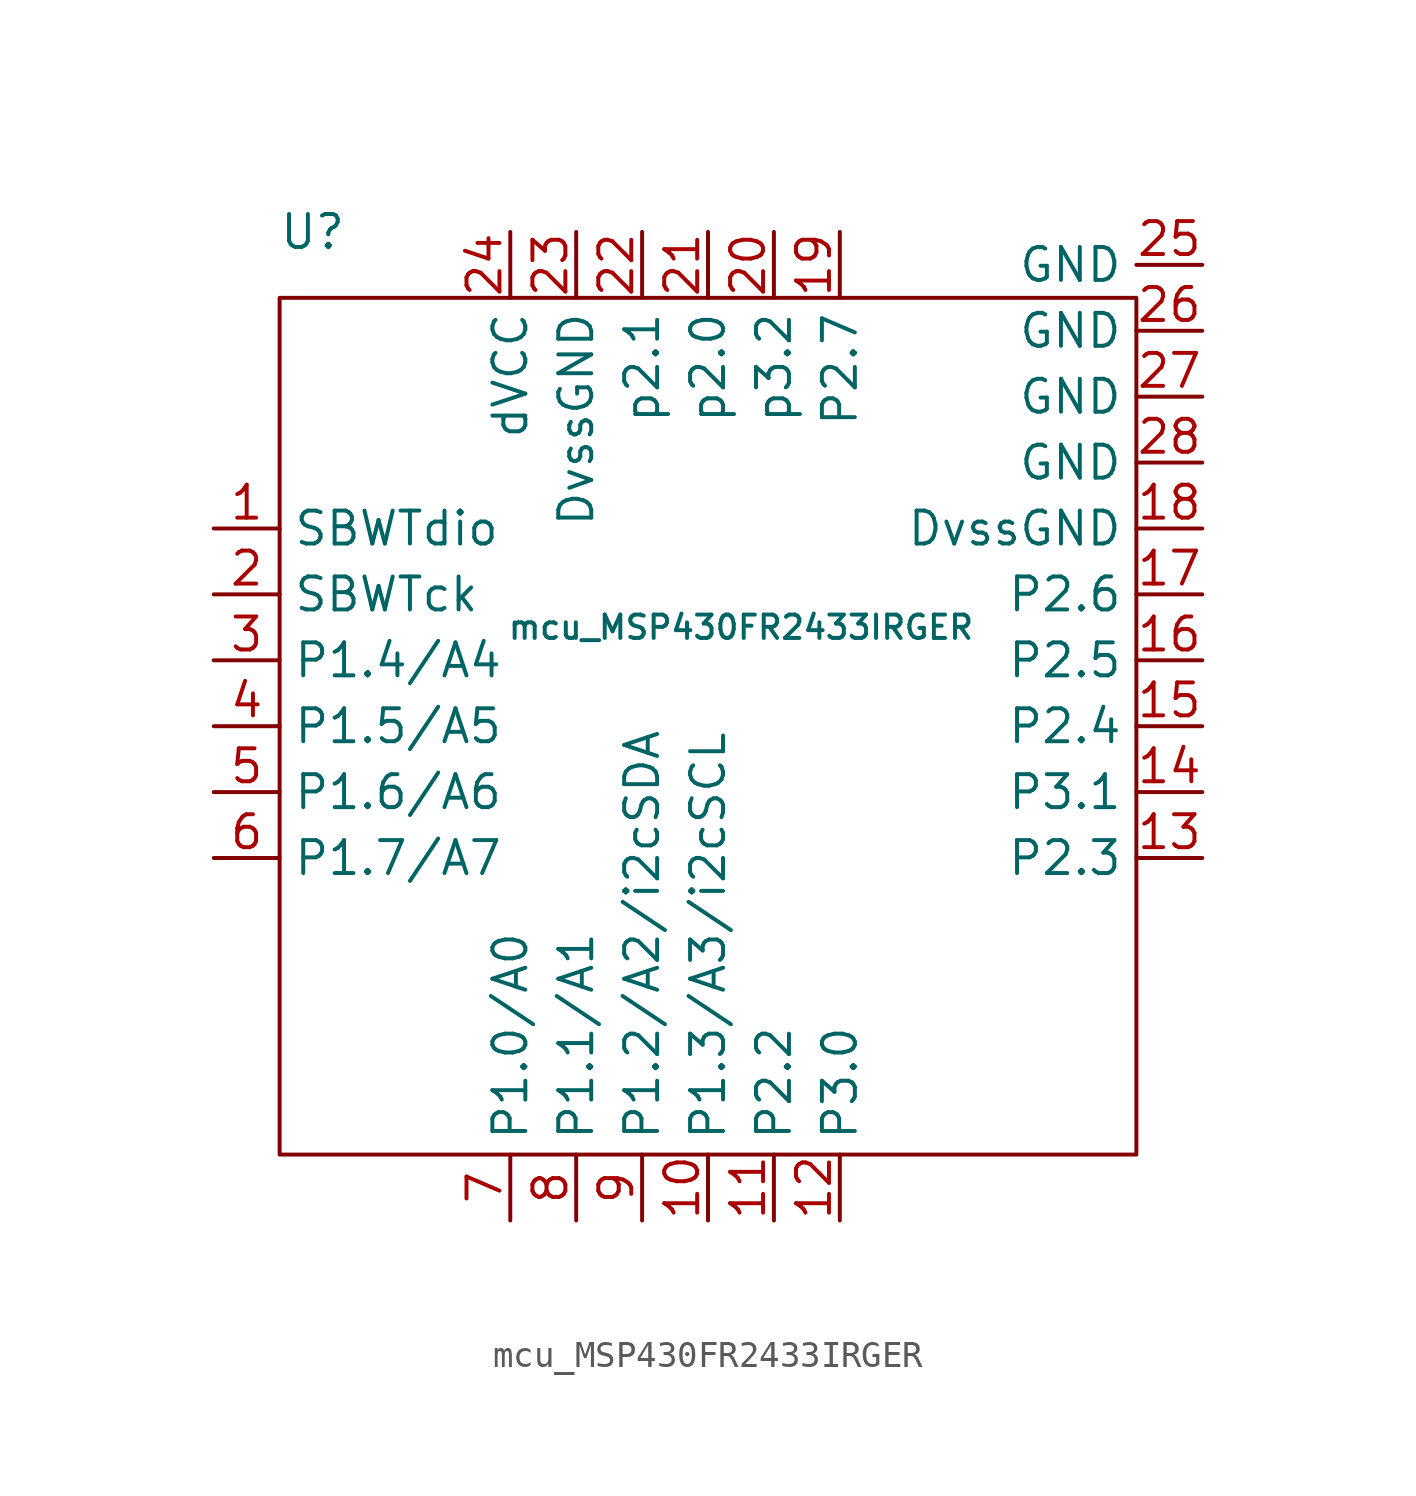
<source format=kicad_sym>
(kicad_symbol_lib
  (version 20211014)
  (generator kicad_symbol_editor)
  (symbol "mcu_MSP430FR2433IRGER"
    (property "Reference" "U"
      (at -7.62 11.43 0)
      (effects (font (size 1.27 1.27))))
    (property "Value" "mcu_MSP430FR2433IRGER"
      (at 8.89 -3.81 0)
      (effects (font (size 0.9 0.9))))
    (symbol "mcu_MSP430FR2433IRGER_0_0"
      (pin input line (at -11.43 0 0) (length 2.54) (name "SBWTdio" (effects (font (size 1.27 1.27)))) (number "1" (effects (font (size 1.27 1.27)))))
      (pin input line (at 7.62 -26.67 90) (length 2.54) (name "P1.3/A3/i2cSCL" (effects (font (size 1.27 1.27)))) (number "10" (effects (font (size 1.27 1.27)))))
      (pin input line (at 10.16 -26.67 90) (length 2.54) (name "P2.2" (effects (font (size 1.27 1.27)))) (number "11" (effects (font (size 1.27 1.27)))))
      (pin input line (at 12.7 -26.67 90) (length 2.54) (name "P3.0" (effects (font (size 1.27 1.27)))) (number "12" (effects (font (size 1.27 1.27)))))
      (pin input line (at 26.67 -12.7 180) (length 2.54) (name "P2.3" (effects (font (size 1.27 1.27)))) (number "13" (effects (font (size 1.27 1.27)))))
      (pin input line (at 26.67 -10.16 180) (length 2.54) (name "P3.1" (effects (font (size 1.27 1.27)))) (number "14" (effects (font (size 1.27 1.27)))))
      (pin input line (at 26.67 -7.62 180) (length 2.54) (name "P2.4" (effects (font (size 1.27 1.27)))) (number "15" (effects (font (size 1.27 1.27)))))
      (pin input line (at 26.67 -5.08 180) (length 2.54) (name "P2.5" (effects (font (size 1.27 1.27)))) (number "16" (effects (font (size 1.27 1.27)))))
      (pin input line (at 26.67 -2.54 180) (length 2.54) (name "P2.6" (effects (font (size 1.27 1.27)))) (number "17" (effects (font (size 1.27 1.27)))))
      (pin power_in line (at 26.67 0 180) (length 2.54) (name "DvssGND" (effects (font (size 1.27 1.27)))) (number "18" (effects (font (size 1.27 1.27)))))
      (pin input line (at 12.7 11.43 270) (length 2.54) (name "P2.7" (effects (font (size 1.27 1.27)))) (number "19" (effects (font (size 1.27 1.27)))))
      (pin input line (at -11.43 -2.54 0) (length 2.54) (name "SBWTck" (effects (font (size 1.27 1.27)))) (number "2" (effects (font (size 1.27 1.27)))))
      (pin input line (at 10.16 11.43 270) (length 2.54) (name "p3.2" (effects (font (size 1.27 1.27)))) (number "20" (effects (font (size 1.27 1.27)))))
      (pin bidirectional line (at 7.62 11.43 270) (length 2.54) (name "p2.0" (effects (font (size 1.27 1.27)))) (number "21" (effects (font (size 1.27 1.27)))))
      (pin bidirectional line (at 5.08 11.43 270) (length 2.54) (name "p2.1" (effects (font (size 1.27 1.27)))) (number "22" (effects (font (size 1.27 1.27)))))
      (pin power_in line (at 2.54 11.43 270) (length 2.54) (name "DvssGND" (effects (font (size 1.27 1.27)))) (number "23" (effects (font (size 1.27 1.27)))))
      (pin power_in line (at 0 11.43 270) (length 2.54) (name "dVCC" (effects (font (size 1.27 1.27)))) (number "24" (effects (font (size 1.27 1.27)))))
      (pin passive line (at 26.67 10.16 180) (length 2.54) (name "GND" (effects (font (size 1.27 1.27)))) (number "25" (effects (font (size 1.27 1.27)))))
      (pin passive line (at 26.67 7.62 180) (length 2.54) (name "GND" (effects (font (size 1.27 1.27)))) (number "26" (effects (font (size 1.27 1.27)))))
      (pin passive line (at 26.67 5.08 180) (length 2.54) (name "GND" (effects (font (size 1.27 1.27)))) (number "27" (effects (font (size 1.27 1.27)))))
      (pin passive line (at 26.67 2.54 180) (length 2.54) (name "GND" (effects (font (size 1.27 1.27)))) (number "28" (effects (font (size 1.27 1.27)))))
      (pin input line (at -11.43 -5.08 0) (length 2.54) (name "P1.4/A4" (effects (font (size 1.27 1.27)))) (number "3" (effects (font (size 1.27 1.27)))))
      (pin input line (at -11.43 -7.62 0) (length 2.54) (name "P1.5/A5" (effects (font (size 1.27 1.27)))) (number "4" (effects (font (size 1.27 1.27)))))
      (pin input line (at -11.43 -10.16 0) (length 2.54) (name "P1.6/A6" (effects (font (size 1.27 1.27)))) (number "5" (effects (font (size 1.27 1.27)))))
      (pin input line (at -11.43 -12.7 0) (length 2.54) (name "P1.7/A7" (effects (font (size 1.27 1.27)))) (number "6" (effects (font (size 1.27 1.27)))))
      (pin input line (at 0 -26.67 90) (length 2.54) (name "P1.0/A0" (effects (font (size 1.27 1.27)))) (number "7" (effects (font (size 1.27 1.27)))))
      (pin input line (at 2.54 -26.67 90) (length 2.54) (name "P1.1/A1" (effects (font (size 1.27 1.27)))) (number "8" (effects (font (size 1.27 1.27)))))
      (pin input line (at 5.08 -26.67 90) (length 2.54) (name "P1.2/A2/i2cSDA" (effects (font (size 1.27 1.27)))) (number "9" (effects (font (size 1.27 1.27))))))
    (symbol "mcu_MSP430FR2433IRGER_0_1"
      (rectangle (start -8.89 8.89) (end 24.13 -24.13) (stroke (width 0) (type default) (color 0 0 0 0)) (fill (type none))))))
</source>
